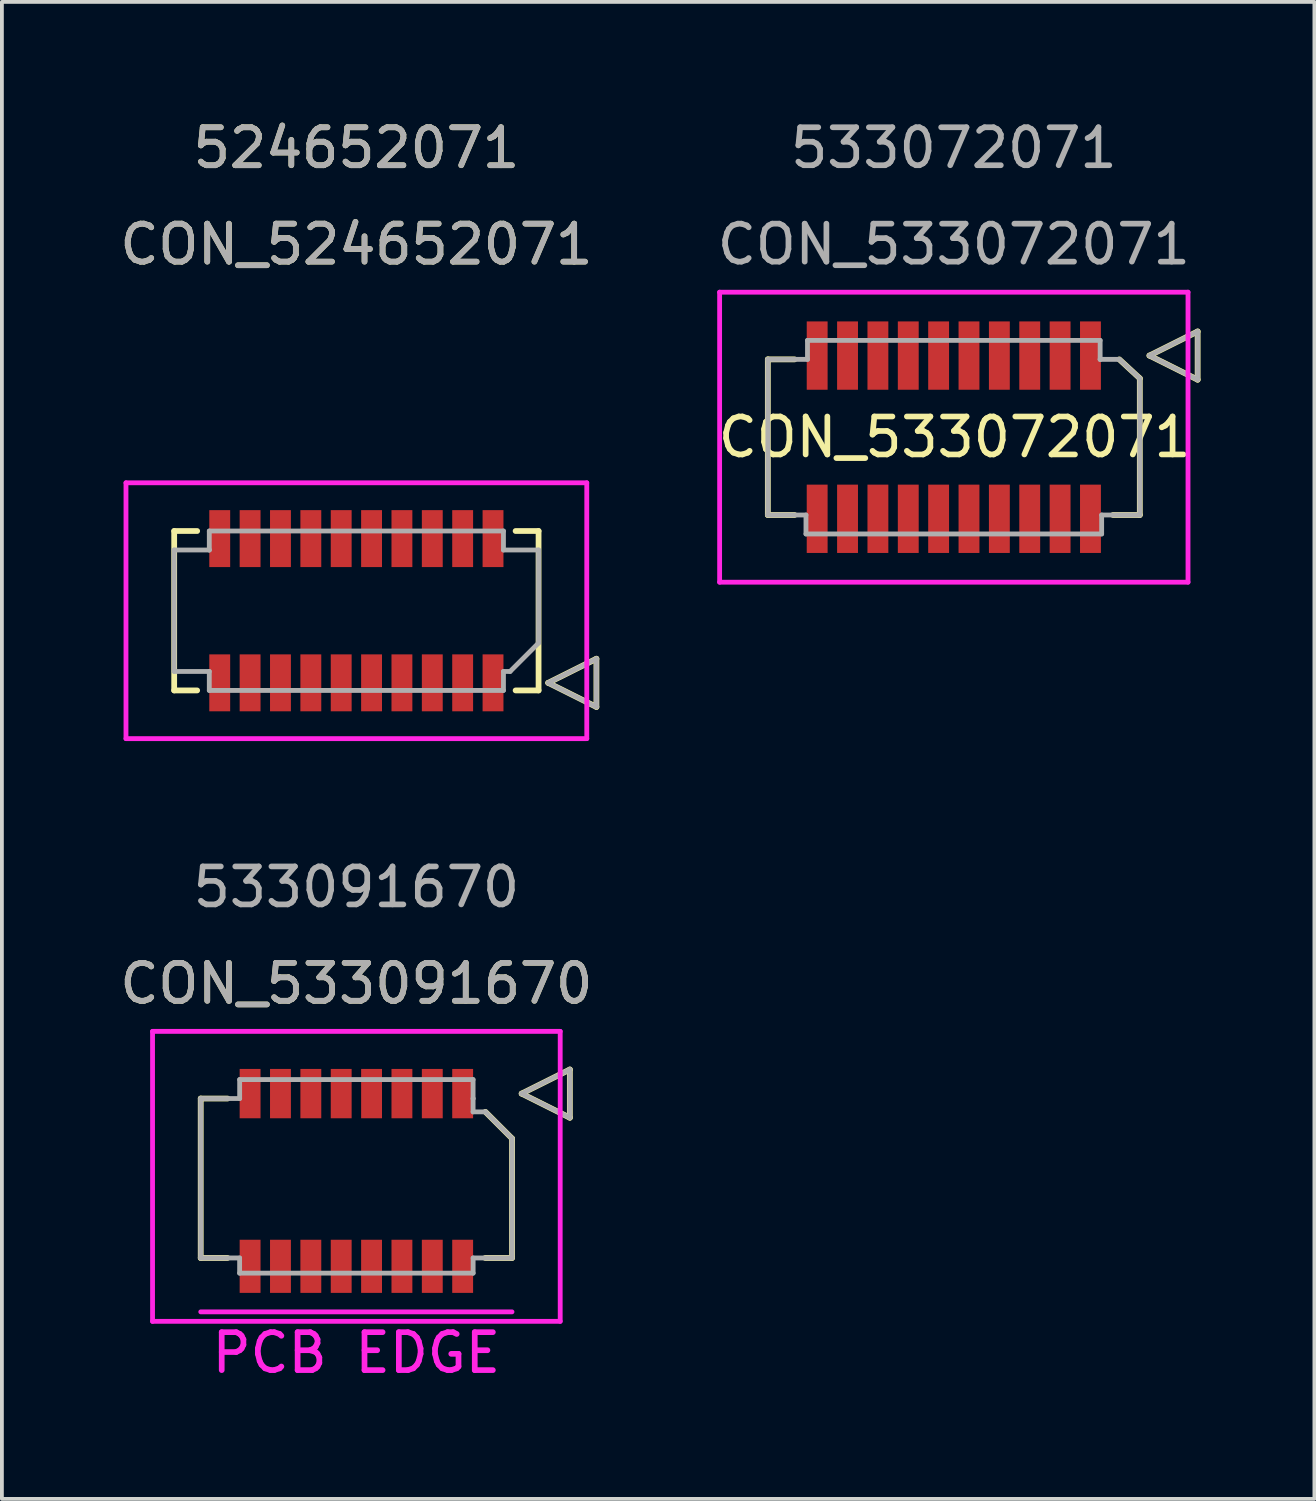
<source format=kicad_pcb>
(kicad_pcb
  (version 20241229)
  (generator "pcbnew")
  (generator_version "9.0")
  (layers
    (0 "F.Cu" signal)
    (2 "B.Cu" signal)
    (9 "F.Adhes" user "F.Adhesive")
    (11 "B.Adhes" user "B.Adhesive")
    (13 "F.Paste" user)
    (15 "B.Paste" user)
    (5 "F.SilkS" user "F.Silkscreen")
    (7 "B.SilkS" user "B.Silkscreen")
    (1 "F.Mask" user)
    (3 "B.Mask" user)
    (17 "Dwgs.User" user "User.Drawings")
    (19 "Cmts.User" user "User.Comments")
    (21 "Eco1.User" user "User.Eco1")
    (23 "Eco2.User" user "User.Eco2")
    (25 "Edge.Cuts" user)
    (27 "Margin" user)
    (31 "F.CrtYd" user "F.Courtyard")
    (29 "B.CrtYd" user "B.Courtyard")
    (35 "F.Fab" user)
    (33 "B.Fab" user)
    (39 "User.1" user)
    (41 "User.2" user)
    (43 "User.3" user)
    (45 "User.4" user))
  (footprint "CON_533091670"
    (layer "F.Cu")
    (at 6.339 27.942)
    (property "Reference" "CON_533091670" (at 0 -5.08 0) (unlocked yes) (layer "F.SilkS") (effects (font (size 1 1) (thickness 0.15))))
    (attr smd)
    (fp_line (start -4.101 2.15) (end -4.101 -2.05) (stroke (width 0.152) (type solid)) (layer "F.SilkS"))
    (fp_line (start -4.1 -2.05) (end -3.395 -2.05) (stroke (width 0.152) (type solid)) (layer "F.SilkS"))
    (fp_line (start -3.395 2.15) (end -4.101 2.15) (stroke (width 0.152) (type solid)) (layer "F.SilkS"))
    (fp_line (start 3.4 -1.699) (end 4.101 -0.998) (stroke (width 0.152) (type solid)) (layer "F.SilkS"))
    (fp_line (start 4.101 -0.998) (end 4.101 2.15) (stroke (width 0.152) (type solid)) (layer "F.SilkS"))
    (fp_line (start 4.101 2.15) (end 3.395 2.15) (stroke (width 0.152) (type solid)) (layer "F.SilkS"))
    (fp_line (start 4.354 -2.18) (end 5.624 -2.815) (stroke (width 0.152) (type solid)) (layer "F.SilkS"))
    (fp_line (start 5.624 -2.815) (end 5.624 -1.545) (stroke (width 0.152) (type solid)) (layer "F.SilkS"))
    (fp_line (start 5.624 -1.545) (end 4.354 -2.18) (stroke (width 0.152) (type solid)) (layer "F.SilkS"))
    (fp_line (start -5.37 -3.82) (end -5.37 3.82) (stroke (width 0.127) (type solid)) (layer "F.CrtYd"))
    (fp_line (start -5.37 3.82) (end 5.37 3.82) (stroke (width 0.127) (type solid)) (layer "F.CrtYd"))
    (fp_line (start -4.1 3.57) (end 4.1 3.57) (stroke (width 0.127) (type solid)) (layer "F.CrtYd"))
    (fp_line (start 5.37 -3.82) (end -5.37 -3.82) (stroke (width 0.127) (type solid)) (layer "F.CrtYd"))
    (fp_line (start 5.37 3.82) (end 5.37 -3.82) (stroke (width 0.127) (type solid)) (layer "F.CrtYd"))
    (fp_line (start -4.101 2.15) (end -4.101 -2.05) (stroke (width 0.127) (type solid)) (layer "F.Fab"))
    (fp_line (start -4.1 -2.05) (end -3.075 -2.05) (stroke (width 0.127) (type solid)) (layer "F.Fab"))
    (fp_line (start -3.076 2.15) (end -4.101 2.15) (stroke (width 0.127) (type solid)) (layer "F.Fab"))
    (fp_line (start -3.076 2.55) (end -3.076 2.15) (stroke (width 0.127) (type solid)) (layer "F.Fab"))
    (fp_line (start -3.075 -2.55) (end 3.075 -2.55) (stroke (width 0.127) (type solid)) (layer "F.Fab"))
    (fp_line (start -3.075 -2.05) (end -3.075 -2.55) (stroke (width 0.127) (type solid)) (layer "F.Fab"))
    (fp_line (start 3.075 -2.55) (end 3.075 -2.05) (stroke (width 0.127) (type solid)) (layer "F.Fab"))
    (fp_line (start 3.075 -2.05) (end 3.075 -2.05) (stroke (width 0.127) (type solid)) (layer "F.Fab"))
    (fp_line (start 3.075 -2.05) (end 3.075 -1.699) (stroke (width 0.127) (type solid)) (layer "F.Fab"))
    (fp_line (start 3.075 -1.699) (end 3.4 -1.699) (stroke (width 0.127) (type solid)) (layer "F.Fab"))
    (fp_line (start 3.076 2.15) (end 3.076 2.55) (stroke (width 0.127) (type solid)) (layer "F.Fab"))
    (fp_line (start 3.076 2.55) (end -3.076 2.55) (stroke (width 0.127) (type solid)) (layer "F.Fab"))
    (fp_line (start 3.4 -1.699) (end 4.101 -0.998) (stroke (width 0.127) (type solid)) (layer "F.Fab"))
    (fp_line (start 4.101 -0.998) (end 4.101 2.15) (stroke (width 0.127) (type solid)) (layer "F.Fab"))
    (fp_line (start 4.101 2.15) (end 3.076 2.15) (stroke (width 0.127) (type solid)) (layer "F.Fab"))
    (fp_line (start 4.354 -2.18) (end 5.624 -2.815) (stroke (width 0.127) (type solid)) (layer "F.Fab"))
    (fp_line (start 5.624 -2.815) (end 5.624 -1.545) (stroke (width 0.127) (type solid)) (layer "F.Fab"))
    (fp_line (start 5.624 -1.545) (end 4.354 -2.18) (stroke (width 0.127) (type solid)) (layer "F.Fab"))
    (fp_text user "PCB EDGE" (at 0 4.65 0) (unlocked yes) (layer "F.CrtYd") (effects (font (size 1 1) (thickness 0.15))))
    (fp_text user "${REFERENCE}" (at 0 -5.08 0) (unlocked yes) (layer "F.Fab") (effects (font (size 1 1) (thickness 0.15))))
    (fp_text user "533091670" (at 0 -7.62 0) (unlocked yes) (layer "F.Fab") (effects (font (size 1 1) (thickness 0.15))))
    (pad "1" smd rect (at 2.8 -2.18) (size 0.55 1.3) (layers "F.Cu" "F.Mask" "F.Paste"))
    (pad "2" smd rect (at 2 -2.18) (size 0.55 1.3) (layers "F.Cu" "F.Mask" "F.Paste"))
    (pad "3" smd rect (at 1.2 -2.18) (size 0.55 1.3) (layers "F.Cu" "F.Mask" "F.Paste"))
    (pad "4" smd rect (at 0.4 -2.18) (size 0.55 1.3) (layers "F.Cu" "F.Mask" "F.Paste"))
    (pad "5" smd rect (at -0.4 -2.18) (size 0.55 1.3) (layers "F.Cu" "F.Mask" "F.Paste"))
    (pad "6" smd rect (at -1.2 -2.18) (size 0.55 1.3) (layers "F.Cu" "F.Mask" "F.Paste"))
    (pad "7" smd rect (at -2 -2.18) (size 0.55 1.3) (layers "F.Cu" "F.Mask" "F.Paste"))
    (pad "8" smd rect (at -2.8 -2.18) (size 0.55 1.3) (layers "F.Cu" "F.Mask" "F.Paste"))
    (pad "9" smd rect (at 2.8 2.37) (size 0.55 1.4) (layers "F.Cu" "F.Mask" "F.Paste"))
    (pad "10" smd rect (at 2 2.37) (size 0.55 1.4) (layers "F.Cu" "F.Mask" "F.Paste"))
    (pad "11" smd rect (at 1.2 2.37) (size 0.55 1.4) (layers "F.Cu" "F.Mask" "F.Paste"))
    (pad "12" smd rect (at 0.4 2.37) (size 0.55 1.4) (layers "F.Cu" "F.Mask" "F.Paste"))
    (pad "13" smd rect (at -0.4 2.37) (size 0.55 1.4) (layers "F.Cu" "F.Mask" "F.Paste"))
    (pad "14" smd rect (at -1.2 2.37) (size 0.55 1.4) (layers "F.Cu" "F.Mask" "F.Paste"))
    (pad "15" smd rect (at -2 2.37) (size 0.55 1.4) (layers "F.Cu" "F.Mask" "F.Paste"))
    (pad "16" smd rect (at -2.8 2.37) (size 0.55 1.4) (layers "F.Cu" "F.Mask" "F.Paste")))
  (footprint "CON_533072071"
    (layer "F.Cu")
    (at 22.079 8.468)
    (property "Reference" "CON_533072071" (at 0.025 0 0) (unlocked yes) (layer "F.SilkS") (effects (font (size 1 1) (thickness 0.15))))
    (attr smd)
    (fp_line (start -4.9 -2.05) (end -4.195 -2.05) (stroke (width 0.152) (type solid)) (layer "F.SilkS"))
    (fp_line (start -4.9 2.05) (end -4.9 -2.05) (stroke (width 0.152) (type solid)) (layer "F.SilkS"))
    (fp_line (start -4.195 2.05) (end -4.9 2.05) (stroke (width 0.152) (type solid)) (layer "F.SilkS"))
    (fp_line (start 4.36 -2.05) (end 4.9 -1.55) (stroke (width 0.152) (type solid)) (layer "F.SilkS"))
    (fp_line (start 4.9 -1.55) (end 4.9 2.05) (stroke (width 0.152) (type solid)) (layer "F.SilkS"))
    (fp_line (start 4.9 2.05) (end 4.195 2.05) (stroke (width 0.152) (type solid)) (layer "F.SilkS"))
    (fp_line (start 5.154 -2.15) (end 6.424 -2.785) (stroke (width 0.152) (type solid)) (layer "F.SilkS"))
    (fp_line (start 6.424 -2.785) (end 6.424 -1.515) (stroke (width 0.152) (type solid)) (layer "F.SilkS"))
    (fp_line (start 6.424 -1.515) (end 5.154 -2.15) (stroke (width 0.152) (type solid)) (layer "F.SilkS"))
    (fp_line (start -6.17 -3.82) (end -6.17 3.82) (stroke (width 0.127) (type solid)) (layer "F.CrtYd"))
    (fp_line (start -6.17 3.82) (end 6.17 3.82) (stroke (width 0.127) (type solid)) (layer "F.CrtYd"))
    (fp_line (start 6.17 -3.82) (end -6.17 -3.82) (stroke (width 0.127) (type solid)) (layer "F.CrtYd"))
    (fp_line (start 6.17 3.82) (end 6.17 -3.82) (stroke (width 0.127) (type solid)) (layer "F.CrtYd"))
    (fp_line (start -4.9 -2.05) (end -3.855 -2.05) (stroke (width 0.127) (type solid)) (layer "F.Fab"))
    (fp_line (start -4.9 2.05) (end -4.9 -2.05) (stroke (width 0.127) (type solid)) (layer "F.Fab"))
    (fp_line (start -3.895 2.05) (end -4.9 2.05) (stroke (width 0.127) (type solid)) (layer "F.Fab"))
    (fp_line (start -3.895 2.55) (end -3.895 2.05) (stroke (width 0.127) (type solid)) (layer "F.Fab"))
    (fp_line (start -3.855 -2.55) (end 3.855 -2.55) (stroke (width 0.127) (type solid)) (layer "F.Fab"))
    (fp_line (start -3.855 -2.05) (end -3.855 -2.55) (stroke (width 0.127) (type solid)) (layer "F.Fab"))
    (fp_line (start 3.855 -2.55) (end 3.855 -2.05) (stroke (width 0.127) (type solid)) (layer "F.Fab"))
    (fp_line (start 3.855 -2.05) (end 3.855 -2.05) (stroke (width 0.127) (type solid)) (layer "F.Fab"))
    (fp_line (start 3.855 -2.05) (end 4.36 -2.05) (stroke (width 0.127) (type solid)) (layer "F.Fab"))
    (fp_line (start 3.895 2.05) (end 3.895 2.55) (stroke (width 0.127) (type solid)) (layer "F.Fab"))
    (fp_line (start 3.895 2.55) (end -3.895 2.55) (stroke (width 0.127) (type solid)) (layer "F.Fab"))
    (fp_line (start 4.36 -2.05) (end 4.9 -1.55) (stroke (width 0.127) (type solid)) (layer "F.Fab"))
    (fp_line (start 4.9 -1.55) (end 4.9 2.05) (stroke (width 0.127) (type solid)) (layer "F.Fab"))
    (fp_line (start 4.9 2.05) (end 3.895 2.05) (stroke (width 0.127) (type solid)) (layer "F.Fab"))
    (fp_line (start 5.154 -2.15) (end 6.424 -2.785) (stroke (width 0.127) (type solid)) (layer "F.Fab"))
    (fp_line (start 6.424 -2.785) (end 6.424 -1.515) (stroke (width 0.127) (type solid)) (layer "F.Fab"))
    (fp_line (start 6.424 -1.515) (end 5.154 -2.15) (stroke (width 0.127) (type solid)) (layer "F.Fab"))
    (fp_text user "533072071" (at 0 -7.62 0) (unlocked yes) (layer "F.Fab") (effects (font (size 1 1) (thickness 0.15))))
    (fp_text user "${REFERENCE}" (at 0 -5.08 0) (unlocked yes) (layer "F.Fab") (effects (font (size 1 1) (thickness 0.15))))
    (pad "1" smd rect (at 3.6 -2.15) (size 0.55 1.8) (layers "F.Cu" "F.Mask" "F.Paste"))
    (pad "2" smd rect (at 2.8 -2.15) (size 0.55 1.8) (layers "F.Cu" "F.Mask" "F.Paste"))
    (pad "3" smd rect (at 2 -2.15) (size 0.55 1.8) (layers "F.Cu" "F.Mask" "F.Paste"))
    (pad "4" smd rect (at 1.2 -2.15) (size 0.55 1.8) (layers "F.Cu" "F.Mask" "F.Paste"))
    (pad "5" smd rect (at 0.4 -2.15) (size 0.55 1.8) (layers "F.Cu" "F.Mask" "F.Paste"))
    (pad "6" smd rect (at -0.4 -2.15) (size 0.55 1.8) (layers "F.Cu" "F.Mask" "F.Paste"))
    (pad "7" smd rect (at -1.2 -2.15) (size 0.55 1.8) (layers "F.Cu" "F.Mask" "F.Paste"))
    (pad "8" smd rect (at -2 -2.15) (size 0.55 1.8) (layers "F.Cu" "F.Mask" "F.Paste"))
    (pad "9" smd rect (at -2.8 -2.15) (size 0.55 1.8) (layers "F.Cu" "F.Mask" "F.Paste"))
    (pad "10" smd rect (at -3.6 -2.15) (size 0.55 1.8) (layers "F.Cu" "F.Mask" "F.Paste"))
    (pad "11" smd rect (at 3.6 2.15) (size 0.55 1.8) (layers "F.Cu" "F.Mask" "F.Paste"))
    (pad "12" smd rect (at 2.8 2.15) (size 0.55 1.8) (layers "F.Cu" "F.Mask" "F.Paste"))
    (pad "13" smd rect (at 2 2.15) (size 0.55 1.8) (layers "F.Cu" "F.Mask" "F.Paste"))
    (pad "14" smd rect (at 1.2 2.15) (size 0.55 1.8) (layers "F.Cu" "F.Mask" "F.Paste"))
    (pad "15" smd rect (at 0.4 2.15) (size 0.55 1.8) (layers "F.Cu" "F.Mask" "F.Paste"))
    (pad "16" smd rect (at -0.4 2.15) (size 0.55 1.8) (layers "F.Cu" "F.Mask" "F.Paste"))
    (pad "17" smd rect (at -1.2 2.15) (size 0.55 1.8) (layers "F.Cu" "F.Mask" "F.Paste"))
    (pad "18" smd rect (at -2 2.15) (size 0.55 1.8) (layers "F.Cu" "F.Mask" "F.Paste"))
    (pad "19" smd rect (at -2.8 2.15) (size 0.55 1.8) (layers "F.Cu" "F.Mask" "F.Paste"))
    (pad "20" smd rect (at -3.6 2.15) (size 0.55 1.8) (layers "F.Cu" "F.Mask" "F.Paste")))
  (footprint "CON_524652071"
    (layer "F.Cu")
    (at 6.339 13.04)
    (property "Reference" "CON_524652071" (at 0 -9.652 0) (unlocked yes) (layer "F.SilkS") (effects (font (size 1 1) (thickness 0.15))))
    (attr smd)
    (fp_line (start -4.8 -2.1) (end -4.195 -2.1) (stroke (width 0.152) (type solid)) (layer "F.SilkS"))
    (fp_line (start -4.8 2.1) (end -4.8 -2.1) (stroke (width 0.152) (type solid)) (layer "F.SilkS"))
    (fp_line (start -4.195 2.1) (end -4.8 2.1) (stroke (width 0.152) (type solid)) (layer "F.SilkS"))
    (fp_line (start 4.195 -2.1) (end 4.8 -2.1) (stroke (width 0.152) (type solid)) (layer "F.SilkS"))
    (fp_line (start 4.8 -2.1) (end 4.8 2.1) (stroke (width 0.152) (type solid)) (layer "F.SilkS"))
    (fp_line (start 4.8 2.1) (end 4.195 2.1) (stroke (width 0.152) (type solid)) (layer "F.SilkS"))
    (fp_line (start 5.054 1.9) (end 6.324 1.265) (stroke (width 0.152) (type solid)) (layer "F.SilkS"))
    (fp_line (start 6.324 1.265) (end 6.324 2.535) (stroke (width 0.152) (type solid)) (layer "F.SilkS"))
    (fp_line (start 6.324 2.535) (end 5.054 1.9) (stroke (width 0.152) (type solid)) (layer "F.SilkS"))
    (fp_line (start -6.07 -3.37) (end -6.07 3.37) (stroke (width 0.127) (type solid)) (layer "F.CrtYd"))
    (fp_line (start -6.07 3.37) (end 6.07 3.37) (stroke (width 0.127) (type solid)) (layer "F.CrtYd"))
    (fp_line (start 6.07 -3.37) (end -6.07 -3.37) (stroke (width 0.127) (type solid)) (layer "F.CrtYd"))
    (fp_line (start 6.07 3.37) (end 6.07 -3.37) (stroke (width 0.127) (type solid)) (layer "F.CrtYd"))
    (fp_line (start -4.8 -1.6) (end -3.875 -1.6) (stroke (width 0.127) (type solid)) (layer "F.Fab"))
    (fp_line (start -4.8 1.6) (end -4.8 -1.6) (stroke (width 0.127) (type solid)) (layer "F.Fab"))
    (fp_line (start -3.875 -2.1) (end 3.875 -2.1) (stroke (width 0.127) (type solid)) (layer "F.Fab"))
    (fp_line (start -3.875 -1.6) (end -3.875 -2.1) (stroke (width 0.127) (type solid)) (layer "F.Fab"))
    (fp_line (start -3.875 -1.6) (end -3.875 -1.6) (stroke (width 0.127) (type solid)) (layer "F.Fab"))
    (fp_line (start -3.875 1.6) (end -4.8 1.6) (stroke (width 0.127) (type solid)) (layer "F.Fab"))
    (fp_line (start -3.875 2.1) (end -3.875 1.6) (stroke (width 0.127) (type solid)) (layer "F.Fab"))
    (fp_line (start 3.875 1.6) (end 3.875 2.1) (stroke (width 0.127) (type solid)) (layer "F.Fab"))
    (fp_line (start 3.875 2.1) (end -3.875 2.1) (stroke (width 0.127) (type solid)) (layer "F.Fab"))
    (fp_line (start 3.875 -2.1) (end 3.875 -1.6) (stroke (width 0.127) (type solid)) (layer "F.Fab"))
    (fp_line (start 3.875 -1.6) (end 4.8 -1.6) (stroke (width 0.127) (type solid)) (layer "F.Fab"))
    (fp_line (start 4.05 1.6) (end 3.875 1.6) (stroke (width 0.127) (type solid)) (layer "F.Fab"))
    (fp_line (start 4.8 -1.6) (end 4.8 0.85) (stroke (width 0.127) (type solid)) (layer "F.Fab"))
    (fp_line (start 4.8 0.85) (end 4.05 1.6) (stroke (width 0.127) (type solid)) (layer "F.Fab"))
    (fp_line (start 5.054 1.9) (end 6.324 1.265) (stroke (width 0.127) (type solid)) (layer "F.Fab"))
    (fp_line (start 6.324 1.265) (end 6.324 2.535) (stroke (width 0.127) (type solid)) (layer "F.Fab"))
    (fp_line (start 6.324 2.535) (end 5.054 1.9) (stroke (width 0.127) (type solid)) (layer "F.Fab"))
    (fp_text user "524652071" (at 0 -12.192 0) (unlocked yes) (layer "F.SilkS") (effects (font (size 1 1) (thickness 0.15))))
    (fp_text user "524652071" (at 0 -12.192 0) (unlocked yes) (layer "F.Fab") (effects (font (size 1 1) (thickness 0.15))))
    (fp_text user "${REFERENCE}" (at 0 -9.652 0) (unlocked yes) (layer "F.Fab") (effects (font (size 1 1) (thickness 0.15))))
    (pad "1" smd rect (at 3.6 1.9) (size 0.55 1.5) (layers "F.Cu" "F.Mask" "F.Paste"))
    (pad "2" smd rect (at 2.8 1.9) (size 0.55 1.5) (layers "F.Cu" "F.Mask" "F.Paste"))
    (pad "3" smd rect (at 2 1.9) (size 0.55 1.5) (layers "F.Cu" "F.Mask" "F.Paste"))
    (pad "4" smd rect (at 1.2 1.9) (size 0.55 1.5) (layers "F.Cu" "F.Mask" "F.Paste"))
    (pad "5" smd rect (at 0.4 1.9) (size 0.55 1.5) (layers "F.Cu" "F.Mask" "F.Paste"))
    (pad "6" smd rect (at -0.4 1.9) (size 0.55 1.5) (layers "F.Cu" "F.Mask" "F.Paste"))
    (pad "7" smd rect (at -1.2 1.9) (size 0.55 1.5) (layers "F.Cu" "F.Mask" "F.Paste"))
    (pad "8" smd rect (at -2 1.9) (size 0.55 1.5) (layers "F.Cu" "F.Mask" "F.Paste"))
    (pad "9" smd rect (at -2.8 1.9) (size 0.55 1.5) (layers "F.Cu" "F.Mask" "F.Paste"))
    (pad "10" smd rect (at -3.6 1.9) (size 0.55 1.5) (layers "F.Cu" "F.Mask" "F.Paste"))
    (pad "11" smd rect (at 3.6 -1.9) (size 0.55 1.5) (layers "F.Cu" "F.Mask" "F.Paste"))
    (pad "12" smd rect (at 2.8 -1.9) (size 0.55 1.5) (layers "F.Cu" "F.Mask" "F.Paste"))
    (pad "13" smd rect (at 2 -1.9) (size 0.55 1.5) (layers "F.Cu" "F.Mask" "F.Paste"))
    (pad "14" smd rect (at 1.2 -1.9) (size 0.55 1.5) (layers "F.Cu" "F.Mask" "F.Paste"))
    (pad "15" smd rect (at 0.4 -1.9) (size 0.55 1.5) (layers "F.Cu" "F.Mask" "F.Paste"))
    (pad "16" smd rect (at -0.4 -1.9) (size 0.55 1.5) (layers "F.Cu" "F.Mask" "F.Paste"))
    (pad "17" smd rect (at -1.2 -1.9) (size 0.55 1.5) (layers "F.Cu" "F.Mask" "F.Paste"))
    (pad "18" smd rect (at -2 -1.9) (size 0.55 1.5) (layers "F.Cu" "F.Mask" "F.Paste"))
    (pad "19" smd rect (at -2.8 -1.9) (size 0.55 1.5) (layers "F.Cu" "F.Mask" "F.Paste"))
    (pad "20" smd rect (at -3.6 -1.9) (size 0.55 1.5) (layers "F.Cu" "F.Mask" "F.Paste")))
  (gr_rect
    (start -3 -3)
    (end 31.579 36.44)
    (stroke (width 0.1) (type default))
    (fill no)
    (layer "Edge.Cuts")))
</source>
